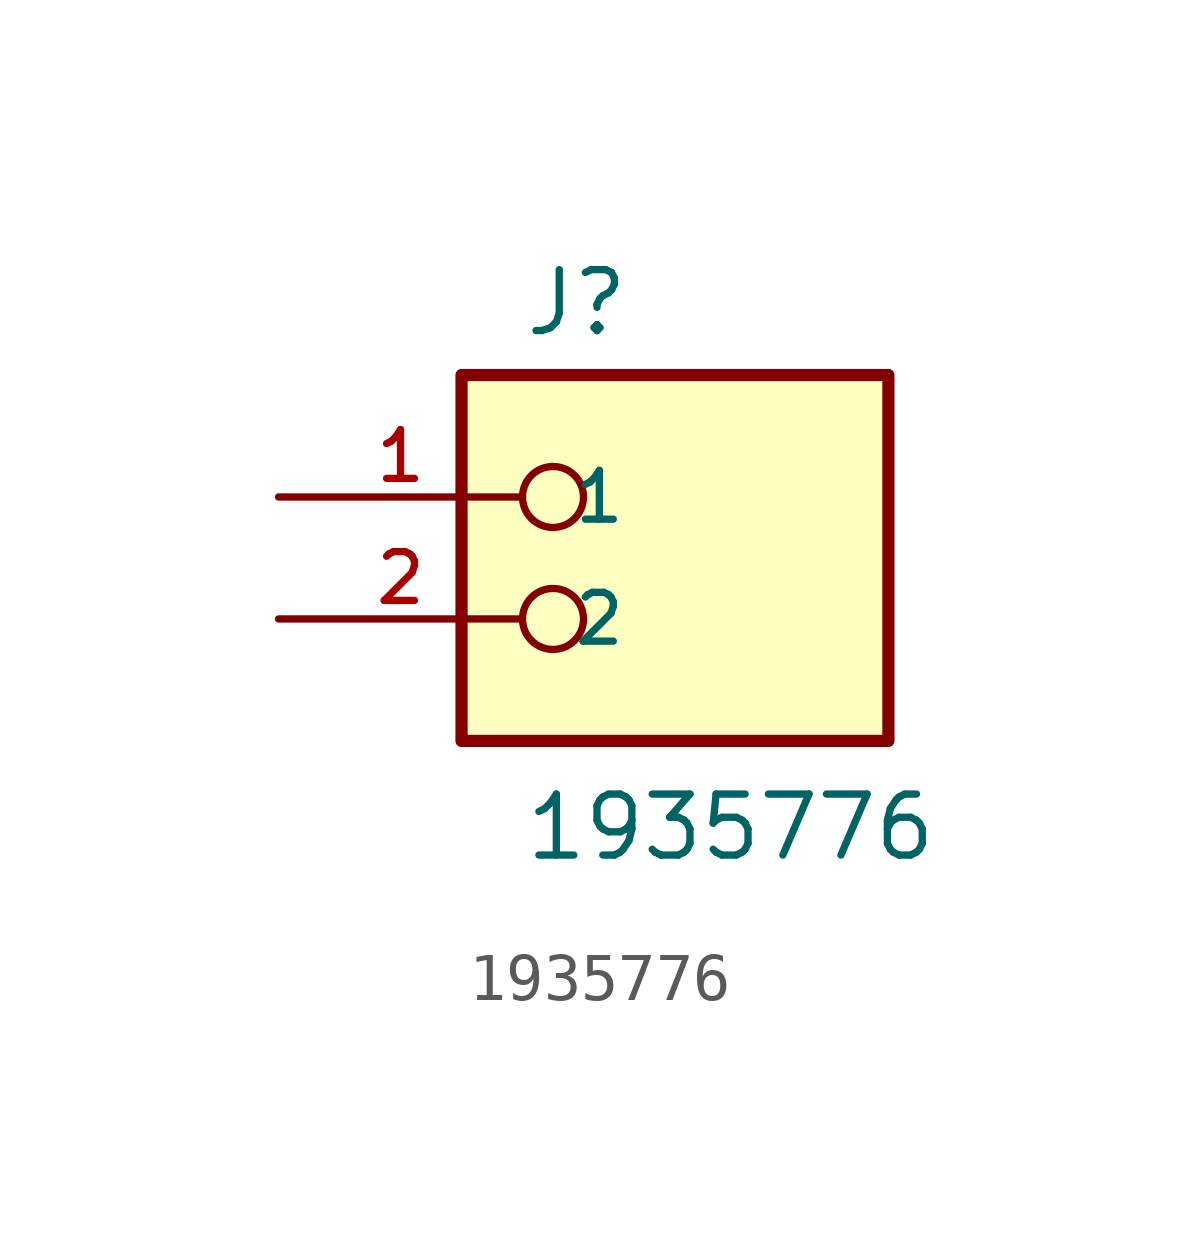
<source format=kicad_sym>
(kicad_symbol_lib
  (version 20211014)
  (generator kicad_symbol_editor)
  (symbol "1935776"
    (pin_names
      (offset 1.016))
    (property "Reference" "J"
      (at -2.54 3.302 0)
      (effects (font (size 1.27 1.27)) (justify bottom left)))
    (property "Value" "1935776"
      (at -2.54 -7.62 0)
      (effects (font (size 1.27 1.27)) (justify bottom left)))
    (symbol "1935776_0_0"
      (circle (center -1.905 0.0) (radius 0.635) (stroke (width 0.152)) (fill (type none)))
      (circle (center -1.905 -2.54) (radius 0.635) (stroke (width 0.152)) (fill (type none)))
      (rectangle (start -3.81 -5.08) (end 5.08 2.54) (stroke (width 0.254)) (fill (type background)))
      (pin passive line (at -7.62 0.0 0) (length 5.08) (name "1" (effects (font (size 1.016 1.016)))) (number "1" (effects (font (size 1.016 1.016)))))
      (pin passive line (at -7.62 -2.54 0) (length 5.08) (name "2" (effects (font (size 1.016 1.016)))) (number "2" (effects (font (size 1.016 1.016))))))))
</source>
